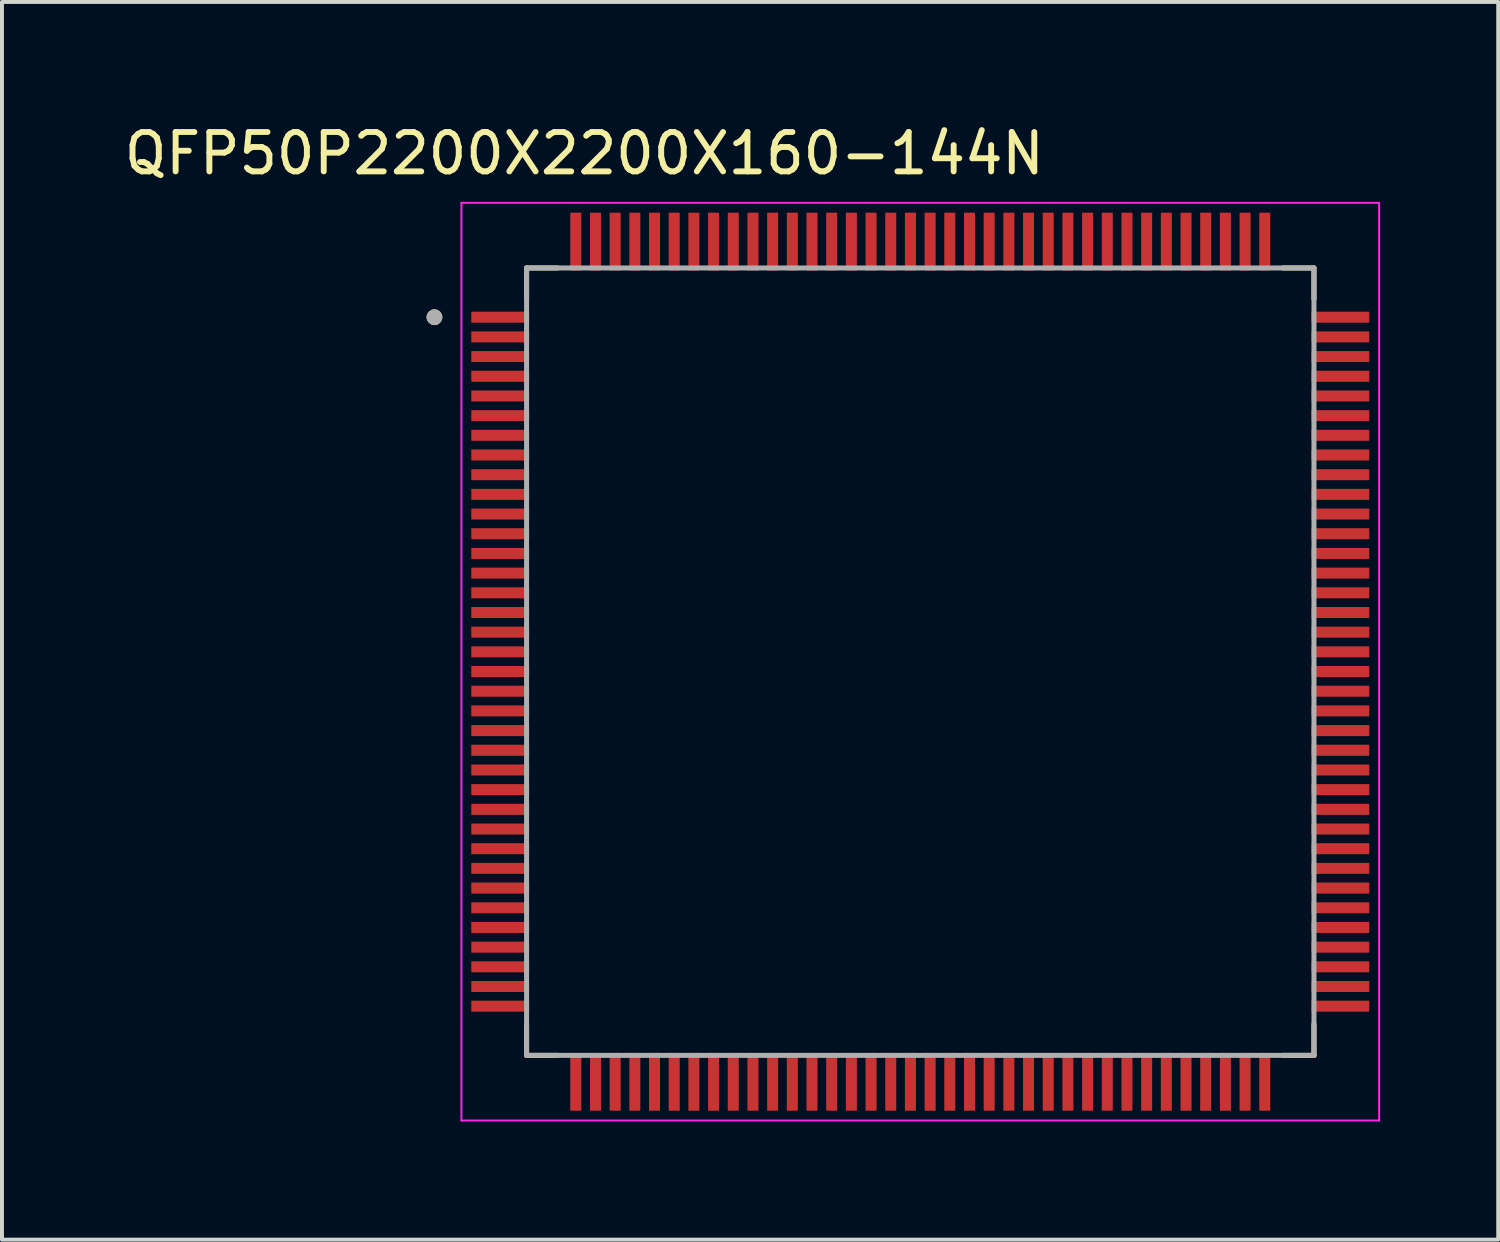
<source format=kicad_pcb>
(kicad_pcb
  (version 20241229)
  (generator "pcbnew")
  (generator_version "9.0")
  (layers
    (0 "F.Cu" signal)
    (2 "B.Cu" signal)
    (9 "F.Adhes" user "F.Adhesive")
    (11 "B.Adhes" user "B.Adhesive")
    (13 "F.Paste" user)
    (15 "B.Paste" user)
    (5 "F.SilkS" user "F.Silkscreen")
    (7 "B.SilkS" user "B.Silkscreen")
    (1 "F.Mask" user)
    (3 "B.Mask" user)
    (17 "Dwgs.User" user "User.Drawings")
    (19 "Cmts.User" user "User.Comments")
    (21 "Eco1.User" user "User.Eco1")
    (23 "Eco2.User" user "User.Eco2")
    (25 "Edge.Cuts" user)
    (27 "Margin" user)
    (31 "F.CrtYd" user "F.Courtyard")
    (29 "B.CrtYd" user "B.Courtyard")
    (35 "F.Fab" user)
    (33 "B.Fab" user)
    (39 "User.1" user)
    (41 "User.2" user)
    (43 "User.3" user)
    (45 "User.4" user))
  (footprint "QFP50P2200X2200X160-144N"
    (layer "F.Cu")
    (at 20.325 13.757)
    (property "Reference" "QFP50P2200X2200X160-144N" (at -8.533 -12.909 0) (layer "F.SilkS") (effects (font (size 1 1) (thickness 0.15))))
    (attr through_hole)
    (fp_line (start -10 -10) (end -10 -9.21) (stroke (width 0.127) (type solid)) (layer "F.SilkS"))
    (fp_line (start -10 -10) (end -9.21 -10) (stroke (width 0.127) (type solid)) (layer "F.SilkS"))
    (fp_line (start -10 10) (end -10 9.21) (stroke (width 0.127) (type solid)) (layer "F.SilkS"))
    (fp_line (start -10 10) (end -9.21 10) (stroke (width 0.127) (type solid)) (layer "F.SilkS"))
    (fp_line (start 10 -10) (end 9.21 -10) (stroke (width 0.127) (type solid)) (layer "F.SilkS"))
    (fp_line (start 10 -10) (end 10 -9.21) (stroke (width 0.127) (type solid)) (layer "F.SilkS"))
    (fp_line (start 10 10) (end 9.21 10) (stroke (width 0.127) (type solid)) (layer "F.SilkS"))
    (fp_line (start 10 10) (end 10 9.21) (stroke (width 0.127) (type solid)) (layer "F.SilkS"))
    (fp_circle (center -12.34 -8.75) (end -12.24 -8.75) (stroke (width 0.2) (type solid)) (fill no) (layer "F.SilkS"))
    (fp_line (start -11.655 -11.655) (end 11.655 -11.655) (stroke (width 0.05) (type solid)) (layer "F.CrtYd"))
    (fp_line (start -11.655 11.655) (end -11.655 -11.655) (stroke (width 0.05) (type solid)) (layer "F.CrtYd"))
    (fp_line (start -11.655 11.655) (end 11.655 11.655) (stroke (width 0.05) (type solid)) (layer "F.CrtYd"))
    (fp_line (start 11.655 11.655) (end 11.655 -11.655) (stroke (width 0.05) (type solid)) (layer "F.CrtYd"))
    (fp_line (start -10 10) (end -10 -10) (stroke (width 0.127) (type solid)) (layer "F.Fab"))
    (fp_line (start 10 -10) (end -10 -10) (stroke (width 0.127) (type solid)) (layer "F.Fab"))
    (fp_line (start 10 10) (end -10 10) (stroke (width 0.127) (type solid)) (layer "F.Fab"))
    (fp_line (start 10 10) (end 10 -10) (stroke (width 0.127) (type solid)) (layer "F.Fab"))
    (fp_circle (center -12.34 -8.75) (end -12.24 -8.75) (stroke (width 0.2) (type solid)) (fill no) (layer "F.Fab"))
    (pad "1" smd roundrect (at -10.67 -8.75) (size 1.47 0.28) (layers "F.Cu" "F.Mask" "F.Paste") (roundrect_rratio 0.04))
    (pad "2" smd roundrect (at -10.67 -8.25) (size 1.47 0.28) (layers "F.Cu" "F.Mask" "F.Paste") (roundrect_rratio 0.04))
    (pad "3" smd roundrect (at -10.67 -7.75) (size 1.47 0.28) (layers "F.Cu" "F.Mask" "F.Paste") (roundrect_rratio 0.04))
    (pad "4" smd roundrect (at -10.67 -7.25) (size 1.47 0.28) (layers "F.Cu" "F.Mask" "F.Paste") (roundrect_rratio 0.04))
    (pad "5" smd roundrect (at -10.67 -6.75) (size 1.47 0.28) (layers "F.Cu" "F.Mask" "F.Paste") (roundrect_rratio 0.04))
    (pad "6" smd roundrect (at -10.67 -6.25) (size 1.47 0.28) (layers "F.Cu" "F.Mask" "F.Paste") (roundrect_rratio 0.04))
    (pad "7" smd roundrect (at -10.67 -5.75) (size 1.47 0.28) (layers "F.Cu" "F.Mask" "F.Paste") (roundrect_rratio 0.04))
    (pad "8" smd roundrect (at -10.67 -5.25) (size 1.47 0.28) (layers "F.Cu" "F.Mask" "F.Paste") (roundrect_rratio 0.04))
    (pad "9" smd roundrect (at -10.67 -4.75) (size 1.47 0.28) (layers "F.Cu" "F.Mask" "F.Paste") (roundrect_rratio 0.04))
    (pad "10" smd roundrect (at -10.67 -4.25) (size 1.47 0.28) (layers "F.Cu" "F.Mask" "F.Paste") (roundrect_rratio 0.04))
    (pad "11" smd roundrect (at -10.67 -3.75) (size 1.47 0.28) (layers "F.Cu" "F.Mask" "F.Paste") (roundrect_rratio 0.04))
    (pad "12" smd roundrect (at -10.67 -3.25) (size 1.47 0.28) (layers "F.Cu" "F.Mask" "F.Paste") (roundrect_rratio 0.04))
    (pad "13" smd roundrect (at -10.67 -2.75) (size 1.47 0.28) (layers "F.Cu" "F.Mask" "F.Paste") (roundrect_rratio 0.04))
    (pad "14" smd roundrect (at -10.67 -2.25) (size 1.47 0.28) (layers "F.Cu" "F.Mask" "F.Paste") (roundrect_rratio 0.04))
    (pad "15" smd roundrect (at -10.67 -1.75) (size 1.47 0.28) (layers "F.Cu" "F.Mask" "F.Paste") (roundrect_rratio 0.04))
    (pad "16" smd roundrect (at -10.67 -1.25) (size 1.47 0.28) (layers "F.Cu" "F.Mask" "F.Paste") (roundrect_rratio 0.04))
    (pad "17" smd roundrect (at -10.67 -0.75) (size 1.47 0.28) (layers "F.Cu" "F.Mask" "F.Paste") (roundrect_rratio 0.04))
    (pad "18" smd roundrect (at -10.67 -0.25) (size 1.47 0.28) (layers "F.Cu" "F.Mask" "F.Paste") (roundrect_rratio 0.04))
    (pad "19" smd roundrect (at -10.67 0.25) (size 1.47 0.28) (layers "F.Cu" "F.Mask" "F.Paste") (roundrect_rratio 0.04))
    (pad "20" smd roundrect (at -10.67 0.75) (size 1.47 0.28) (layers "F.Cu" "F.Mask" "F.Paste") (roundrect_rratio 0.04))
    (pad "21" smd roundrect (at -10.67 1.25) (size 1.47 0.28) (layers "F.Cu" "F.Mask" "F.Paste") (roundrect_rratio 0.04))
    (pad "22" smd roundrect (at -10.67 1.75) (size 1.47 0.28) (layers "F.Cu" "F.Mask" "F.Paste") (roundrect_rratio 0.04))
    (pad "23" smd roundrect (at -10.67 2.25) (size 1.47 0.28) (layers "F.Cu" "F.Mask" "F.Paste") (roundrect_rratio 0.04))
    (pad "24" smd roundrect (at -10.67 2.75) (size 1.47 0.28) (layers "F.Cu" "F.Mask" "F.Paste") (roundrect_rratio 0.04))
    (pad "25" smd roundrect (at -10.67 3.25) (size 1.47 0.28) (layers "F.Cu" "F.Mask" "F.Paste") (roundrect_rratio 0.04))
    (pad "26" smd roundrect (at -10.67 3.75) (size 1.47 0.28) (layers "F.Cu" "F.Mask" "F.Paste") (roundrect_rratio 0.04))
    (pad "27" smd roundrect (at -10.67 4.25) (size 1.47 0.28) (layers "F.Cu" "F.Mask" "F.Paste") (roundrect_rratio 0.04))
    (pad "28" smd roundrect (at -10.67 4.75) (size 1.47 0.28) (layers "F.Cu" "F.Mask" "F.Paste") (roundrect_rratio 0.04))
    (pad "29" smd roundrect (at -10.67 5.25) (size 1.47 0.28) (layers "F.Cu" "F.Mask" "F.Paste") (roundrect_rratio 0.04))
    (pad "30" smd roundrect (at -10.67 5.75) (size 1.47 0.28) (layers "F.Cu" "F.Mask" "F.Paste") (roundrect_rratio 0.04))
    (pad "31" smd roundrect (at -10.67 6.25) (size 1.47 0.28) (layers "F.Cu" "F.Mask" "F.Paste") (roundrect_rratio 0.04))
    (pad "32" smd roundrect (at -10.67 6.75) (size 1.47 0.28) (layers "F.Cu" "F.Mask" "F.Paste") (roundrect_rratio 0.04))
    (pad "33" smd roundrect (at -10.67 7.25) (size 1.47 0.28) (layers "F.Cu" "F.Mask" "F.Paste") (roundrect_rratio 0.04))
    (pad "34" smd roundrect (at -10.67 7.75) (size 1.47 0.28) (layers "F.Cu" "F.Mask" "F.Paste") (roundrect_rratio 0.04))
    (pad "35" smd roundrect (at -10.67 8.25) (size 1.47 0.28) (layers "F.Cu" "F.Mask" "F.Paste") (roundrect_rratio 0.04))
    (pad "36" smd roundrect (at -10.67 8.75) (size 1.47 0.28) (layers "F.Cu" "F.Mask" "F.Paste") (roundrect_rratio 0.04))
    (pad "37" smd roundrect (at -8.75 10.67) (size 0.28 1.47) (layers "F.Cu" "F.Mask" "F.Paste") (roundrect_rratio 0.04))
    (pad "38" smd roundrect (at -8.25 10.67) (size 0.28 1.47) (layers "F.Cu" "F.Mask" "F.Paste") (roundrect_rratio 0.04))
    (pad "39" smd roundrect (at -7.75 10.67) (size 0.28 1.47) (layers "F.Cu" "F.Mask" "F.Paste") (roundrect_rratio 0.04))
    (pad "40" smd roundrect (at -7.25 10.67) (size 0.28 1.47) (layers "F.Cu" "F.Mask" "F.Paste") (roundrect_rratio 0.04))
    (pad "41" smd roundrect (at -6.75 10.67) (size 0.28 1.47) (layers "F.Cu" "F.Mask" "F.Paste") (roundrect_rratio 0.04))
    (pad "42" smd roundrect (at -6.25 10.67) (size 0.28 1.47) (layers "F.Cu" "F.Mask" "F.Paste") (roundrect_rratio 0.04))
    (pad "43" smd roundrect (at -5.75 10.67) (size 0.28 1.47) (layers "F.Cu" "F.Mask" "F.Paste") (roundrect_rratio 0.04))
    (pad "44" smd roundrect (at -5.25 10.67) (size 0.28 1.47) (layers "F.Cu" "F.Mask" "F.Paste") (roundrect_rratio 0.04))
    (pad "45" smd roundrect (at -4.75 10.67) (size 0.28 1.47) (layers "F.Cu" "F.Mask" "F.Paste") (roundrect_rratio 0.04))
    (pad "46" smd roundrect (at -4.25 10.67) (size 0.28 1.47) (layers "F.Cu" "F.Mask" "F.Paste") (roundrect_rratio 0.04))
    (pad "47" smd roundrect (at -3.75 10.67) (size 0.28 1.47) (layers "F.Cu" "F.Mask" "F.Paste") (roundrect_rratio 0.04))
    (pad "48" smd roundrect (at -3.25 10.67) (size 0.28 1.47) (layers "F.Cu" "F.Mask" "F.Paste") (roundrect_rratio 0.04))
    (pad "49" smd roundrect (at -2.75 10.67) (size 0.28 1.47) (layers "F.Cu" "F.Mask" "F.Paste") (roundrect_rratio 0.04))
    (pad "50" smd roundrect (at -2.25 10.67) (size 0.28 1.47) (layers "F.Cu" "F.Mask" "F.Paste") (roundrect_rratio 0.04))
    (pad "51" smd roundrect (at -1.75 10.67) (size 0.28 1.47) (layers "F.Cu" "F.Mask" "F.Paste") (roundrect_rratio 0.04))
    (pad "52" smd roundrect (at -1.25 10.67) (size 0.28 1.47) (layers "F.Cu" "F.Mask" "F.Paste") (roundrect_rratio 0.04))
    (pad "53" smd roundrect (at -0.75 10.67) (size 0.28 1.47) (layers "F.Cu" "F.Mask" "F.Paste") (roundrect_rratio 0.04))
    (pad "54" smd roundrect (at -0.25 10.67) (size 0.28 1.47) (layers "F.Cu" "F.Mask" "F.Paste") (roundrect_rratio 0.04))
    (pad "55" smd roundrect (at 0.25 10.67) (size 0.28 1.47) (layers "F.Cu" "F.Mask" "F.Paste") (roundrect_rratio 0.04))
    (pad "56" smd roundrect (at 0.75 10.67) (size 0.28 1.47) (layers "F.Cu" "F.Mask" "F.Paste") (roundrect_rratio 0.04))
    (pad "57" smd roundrect (at 1.25 10.67) (size 0.28 1.47) (layers "F.Cu" "F.Mask" "F.Paste") (roundrect_rratio 0.04))
    (pad "58" smd roundrect (at 1.75 10.67) (size 0.28 1.47) (layers "F.Cu" "F.Mask" "F.Paste") (roundrect_rratio 0.04))
    (pad "59" smd roundrect (at 2.25 10.67) (size 0.28 1.47) (layers "F.Cu" "F.Mask" "F.Paste") (roundrect_rratio 0.04))
    (pad "60" smd roundrect (at 2.75 10.67) (size 0.28 1.47) (layers "F.Cu" "F.Mask" "F.Paste") (roundrect_rratio 0.04))
    (pad "61" smd roundrect (at 3.25 10.67) (size 0.28 1.47) (layers "F.Cu" "F.Mask" "F.Paste") (roundrect_rratio 0.04))
    (pad "62" smd roundrect (at 3.75 10.67) (size 0.28 1.47) (layers "F.Cu" "F.Mask" "F.Paste") (roundrect_rratio 0.04))
    (pad "63" smd roundrect (at 4.25 10.67) (size 0.28 1.47) (layers "F.Cu" "F.Mask" "F.Paste") (roundrect_rratio 0.04))
    (pad "64" smd roundrect (at 4.75 10.67) (size 0.28 1.47) (layers "F.Cu" "F.Mask" "F.Paste") (roundrect_rratio 0.04))
    (pad "65" smd roundrect (at 5.25 10.67) (size 0.28 1.47) (layers "F.Cu" "F.Mask" "F.Paste") (roundrect_rratio 0.04))
    (pad "66" smd roundrect (at 5.75 10.67) (size 0.28 1.47) (layers "F.Cu" "F.Mask" "F.Paste") (roundrect_rratio 0.04))
    (pad "67" smd roundrect (at 6.25 10.67) (size 0.28 1.47) (layers "F.Cu" "F.Mask" "F.Paste") (roundrect_rratio 0.04))
    (pad "68" smd roundrect (at 6.75 10.67) (size 0.28 1.47) (layers "F.Cu" "F.Mask" "F.Paste") (roundrect_rratio 0.04))
    (pad "69" smd roundrect (at 7.25 10.67) (size 0.28 1.47) (layers "F.Cu" "F.Mask" "F.Paste") (roundrect_rratio 0.04))
    (pad "70" smd roundrect (at 7.75 10.67) (size 0.28 1.47) (layers "F.Cu" "F.Mask" "F.Paste") (roundrect_rratio 0.04))
    (pad "71" smd roundrect (at 8.25 10.67) (size 0.28 1.47) (layers "F.Cu" "F.Mask" "F.Paste") (roundrect_rratio 0.04))
    (pad "72" smd roundrect (at 8.75 10.67) (size 0.28 1.47) (layers "F.Cu" "F.Mask" "F.Paste") (roundrect_rratio 0.04))
    (pad "73" smd roundrect (at 10.67 8.75) (size 1.47 0.28) (layers "F.Cu" "F.Mask" "F.Paste") (roundrect_rratio 0.04))
    (pad "74" smd roundrect (at 10.67 8.25) (size 1.47 0.28) (layers "F.Cu" "F.Mask" "F.Paste") (roundrect_rratio 0.04))
    (pad "75" smd roundrect (at 10.67 7.75) (size 1.47 0.28) (layers "F.Cu" "F.Mask" "F.Paste") (roundrect_rratio 0.04))
    (pad "76" smd roundrect (at 10.67 7.25) (size 1.47 0.28) (layers "F.Cu" "F.Mask" "F.Paste") (roundrect_rratio 0.04))
    (pad "77" smd roundrect (at 10.67 6.75) (size 1.47 0.28) (layers "F.Cu" "F.Mask" "F.Paste") (roundrect_rratio 0.04))
    (pad "78" smd roundrect (at 10.67 6.25) (size 1.47 0.28) (layers "F.Cu" "F.Mask" "F.Paste") (roundrect_rratio 0.04))
    (pad "79" smd roundrect (at 10.67 5.75) (size 1.47 0.28) (layers "F.Cu" "F.Mask" "F.Paste") (roundrect_rratio 0.04))
    (pad "80" smd roundrect (at 10.67 5.25) (size 1.47 0.28) (layers "F.Cu" "F.Mask" "F.Paste") (roundrect_rratio 0.04))
    (pad "81" smd roundrect (at 10.67 4.75) (size 1.47 0.28) (layers "F.Cu" "F.Mask" "F.Paste") (roundrect_rratio 0.04))
    (pad "82" smd roundrect (at 10.67 4.25) (size 1.47 0.28) (layers "F.Cu" "F.Mask" "F.Paste") (roundrect_rratio 0.04))
    (pad "83" smd roundrect (at 10.67 3.75) (size 1.47 0.28) (layers "F.Cu" "F.Mask" "F.Paste") (roundrect_rratio 0.04))
    (pad "84" smd roundrect (at 10.67 3.25) (size 1.47 0.28) (layers "F.Cu" "F.Mask" "F.Paste") (roundrect_rratio 0.04))
    (pad "85" smd roundrect (at 10.67 2.75) (size 1.47 0.28) (layers "F.Cu" "F.Mask" "F.Paste") (roundrect_rratio 0.04))
    (pad "86" smd roundrect (at 10.67 2.25) (size 1.47 0.28) (layers "F.Cu" "F.Mask" "F.Paste") (roundrect_rratio 0.04))
    (pad "87" smd roundrect (at 10.67 1.75) (size 1.47 0.28) (layers "F.Cu" "F.Mask" "F.Paste") (roundrect_rratio 0.04))
    (pad "88" smd roundrect (at 10.67 1.25) (size 1.47 0.28) (layers "F.Cu" "F.Mask" "F.Paste") (roundrect_rratio 0.04))
    (pad "89" smd roundrect (at 10.67 0.75) (size 1.47 0.28) (layers "F.Cu" "F.Mask" "F.Paste") (roundrect_rratio 0.04))
    (pad "90" smd roundrect (at 10.67 0.25) (size 1.47 0.28) (layers "F.Cu" "F.Mask" "F.Paste") (roundrect_rratio 0.04))
    (pad "91" smd roundrect (at 10.67 -0.25) (size 1.47 0.28) (layers "F.Cu" "F.Mask" "F.Paste") (roundrect_rratio 0.04))
    (pad "92" smd roundrect (at 10.67 -0.75) (size 1.47 0.28) (layers "F.Cu" "F.Mask" "F.Paste") (roundrect_rratio 0.04))
    (pad "93" smd roundrect (at 10.67 -1.25) (size 1.47 0.28) (layers "F.Cu" "F.Mask" "F.Paste") (roundrect_rratio 0.04))
    (pad "94" smd roundrect (at 10.67 -1.75) (size 1.47 0.28) (layers "F.Cu" "F.Mask" "F.Paste") (roundrect_rratio 0.04))
    (pad "95" smd roundrect (at 10.67 -2.25) (size 1.47 0.28) (layers "F.Cu" "F.Mask" "F.Paste") (roundrect_rratio 0.04))
    (pad "96" smd roundrect (at 10.67 -2.75) (size 1.47 0.28) (layers "F.Cu" "F.Mask" "F.Paste") (roundrect_rratio 0.04))
    (pad "97" smd roundrect (at 10.67 -3.25) (size 1.47 0.28) (layers "F.Cu" "F.Mask" "F.Paste") (roundrect_rratio 0.04))
    (pad "98" smd roundrect (at 10.67 -3.75) (size 1.47 0.28) (layers "F.Cu" "F.Mask" "F.Paste") (roundrect_rratio 0.04))
    (pad "99" smd roundrect (at 10.67 -4.25) (size 1.47 0.28) (layers "F.Cu" "F.Mask" "F.Paste") (roundrect_rratio 0.04))
    (pad "100" smd roundrect (at 10.67 -4.75) (size 1.47 0.28) (layers "F.Cu" "F.Mask" "F.Paste") (roundrect_rratio 0.04))
    (pad "101" smd roundrect (at 10.67 -5.25) (size 1.47 0.28) (layers "F.Cu" "F.Mask" "F.Paste") (roundrect_rratio 0.04))
    (pad "102" smd roundrect (at 10.67 -5.75) (size 1.47 0.28) (layers "F.Cu" "F.Mask" "F.Paste") (roundrect_rratio 0.04))
    (pad "103" smd roundrect (at 10.67 -6.25) (size 1.47 0.28) (layers "F.Cu" "F.Mask" "F.Paste") (roundrect_rratio 0.04))
    (pad "104" smd roundrect (at 10.67 -6.75) (size 1.47 0.28) (layers "F.Cu" "F.Mask" "F.Paste") (roundrect_rratio 0.04))
    (pad "105" smd roundrect (at 10.67 -7.25) (size 1.47 0.28) (layers "F.Cu" "F.Mask" "F.Paste") (roundrect_rratio 0.04))
    (pad "106" smd roundrect (at 10.67 -7.75) (size 1.47 0.28) (layers "F.Cu" "F.Mask" "F.Paste") (roundrect_rratio 0.04))
    (pad "107" smd roundrect (at 10.67 -8.25) (size 1.47 0.28) (layers "F.Cu" "F.Mask" "F.Paste") (roundrect_rratio 0.04))
    (pad "108" smd roundrect (at 10.67 -8.75) (size 1.47 0.28) (layers "F.Cu" "F.Mask" "F.Paste") (roundrect_rratio 0.04))
    (pad "109" smd roundrect (at 8.75 -10.67) (size 0.28 1.47) (layers "F.Cu" "F.Mask" "F.Paste") (roundrect_rratio 0.04))
    (pad "110" smd roundrect (at 8.25 -10.67) (size 0.28 1.47) (layers "F.Cu" "F.Mask" "F.Paste") (roundrect_rratio 0.04))
    (pad "111" smd roundrect (at 7.75 -10.67) (size 0.28 1.47) (layers "F.Cu" "F.Mask" "F.Paste") (roundrect_rratio 0.04))
    (pad "112" smd roundrect (at 7.25 -10.67) (size 0.28 1.47) (layers "F.Cu" "F.Mask" "F.Paste") (roundrect_rratio 0.04))
    (pad "113" smd roundrect (at 6.75 -10.67) (size 0.28 1.47) (layers "F.Cu" "F.Mask" "F.Paste") (roundrect_rratio 0.04))
    (pad "114" smd roundrect (at 6.25 -10.67) (size 0.28 1.47) (layers "F.Cu" "F.Mask" "F.Paste") (roundrect_rratio 0.04))
    (pad "115" smd roundrect (at 5.75 -10.67) (size 0.28 1.47) (layers "F.Cu" "F.Mask" "F.Paste") (roundrect_rratio 0.04))
    (pad "116" smd roundrect (at 5.25 -10.67) (size 0.28 1.47) (layers "F.Cu" "F.Mask" "F.Paste") (roundrect_rratio 0.04))
    (pad "117" smd roundrect (at 4.75 -10.67) (size 0.28 1.47) (layers "F.Cu" "F.Mask" "F.Paste") (roundrect_rratio 0.04))
    (pad "118" smd roundrect (at 4.25 -10.67) (size 0.28 1.47) (layers "F.Cu" "F.Mask" "F.Paste") (roundrect_rratio 0.04))
    (pad "119" smd roundrect (at 3.75 -10.67) (size 0.28 1.47) (layers "F.Cu" "F.Mask" "F.Paste") (roundrect_rratio 0.04))
    (pad "120" smd roundrect (at 3.25 -10.67) (size 0.28 1.47) (layers "F.Cu" "F.Mask" "F.Paste") (roundrect_rratio 0.04))
    (pad "121" smd roundrect (at 2.75 -10.67) (size 0.28 1.47) (layers "F.Cu" "F.Mask" "F.Paste") (roundrect_rratio 0.04))
    (pad "122" smd roundrect (at 2.25 -10.67) (size 0.28 1.47) (layers "F.Cu" "F.Mask" "F.Paste") (roundrect_rratio 0.04))
    (pad "123" smd roundrect (at 1.75 -10.67) (size 0.28 1.47) (layers "F.Cu" "F.Mask" "F.Paste") (roundrect_rratio 0.04))
    (pad "124" smd roundrect (at 1.25 -10.67) (size 0.28 1.47) (layers "F.Cu" "F.Mask" "F.Paste") (roundrect_rratio 0.04))
    (pad "125" smd roundrect (at 0.75 -10.67) (size 0.28 1.47) (layers "F.Cu" "F.Mask" "F.Paste") (roundrect_rratio 0.04))
    (pad "126" smd roundrect (at 0.25 -10.67) (size 0.28 1.47) (layers "F.Cu" "F.Mask" "F.Paste") (roundrect_rratio 0.04))
    (pad "127" smd roundrect (at -0.25 -10.67) (size 0.28 1.47) (layers "F.Cu" "F.Mask" "F.Paste") (roundrect_rratio 0.04))
    (pad "128" smd roundrect (at -0.75 -10.67) (size 0.28 1.47) (layers "F.Cu" "F.Mask" "F.Paste") (roundrect_rratio 0.04))
    (pad "129" smd roundrect (at -1.25 -10.67) (size 0.28 1.47) (layers "F.Cu" "F.Mask" "F.Paste") (roundrect_rratio 0.04))
    (pad "130" smd roundrect (at -1.75 -10.67) (size 0.28 1.47) (layers "F.Cu" "F.Mask" "F.Paste") (roundrect_rratio 0.04))
    (pad "131" smd roundrect (at -2.25 -10.67) (size 0.28 1.47) (layers "F.Cu" "F.Mask" "F.Paste") (roundrect_rratio 0.04))
    (pad "132" smd roundrect (at -2.75 -10.67) (size 0.28 1.47) (layers "F.Cu" "F.Mask" "F.Paste") (roundrect_rratio 0.04))
    (pad "133" smd roundrect (at -3.25 -10.67) (size 0.28 1.47) (layers "F.Cu" "F.Mask" "F.Paste") (roundrect_rratio 0.04))
    (pad "134" smd roundrect (at -3.75 -10.67) (size 0.28 1.47) (layers "F.Cu" "F.Mask" "F.Paste") (roundrect_rratio 0.04))
    (pad "135" smd roundrect (at -4.25 -10.67) (size 0.28 1.47) (layers "F.Cu" "F.Mask" "F.Paste") (roundrect_rratio 0.04))
    (pad "136" smd roundrect (at -4.75 -10.67) (size 0.28 1.47) (layers "F.Cu" "F.Mask" "F.Paste") (roundrect_rratio 0.04))
    (pad "137" smd roundrect (at -5.25 -10.67) (size 0.28 1.47) (layers "F.Cu" "F.Mask" "F.Paste") (roundrect_rratio 0.04))
    (pad "138" smd roundrect (at -5.75 -10.67) (size 0.28 1.47) (layers "F.Cu" "F.Mask" "F.Paste") (roundrect_rratio 0.04))
    (pad "139" smd roundrect (at -6.25 -10.67) (size 0.28 1.47) (layers "F.Cu" "F.Mask" "F.Paste") (roundrect_rratio 0.04))
    (pad "140" smd roundrect (at -6.75 -10.67) (size 0.28 1.47) (layers "F.Cu" "F.Mask" "F.Paste") (roundrect_rratio 0.04))
    (pad "141" smd roundrect (at -7.25 -10.67) (size 0.28 1.47) (layers "F.Cu" "F.Mask" "F.Paste") (roundrect_rratio 0.04))
    (pad "142" smd roundrect (at -7.75 -10.67) (size 0.28 1.47) (layers "F.Cu" "F.Mask" "F.Paste") (roundrect_rratio 0.04))
    (pad "143" smd roundrect (at -8.25 -10.67) (size 0.28 1.47) (layers "F.Cu" "F.Mask" "F.Paste") (roundrect_rratio 0.04))
    (pad "144" smd roundrect (at -8.75 -10.67) (size 0.28 1.47) (layers "F.Cu" "F.Mask" "F.Paste") (roundrect_rratio 0.04)))
  (gr_rect
    (start -3 -3)
    (end 35.005 28.437)
    (stroke (width 0.1) (type default))
    (fill no)
    (layer "Edge.Cuts")))
</source>
